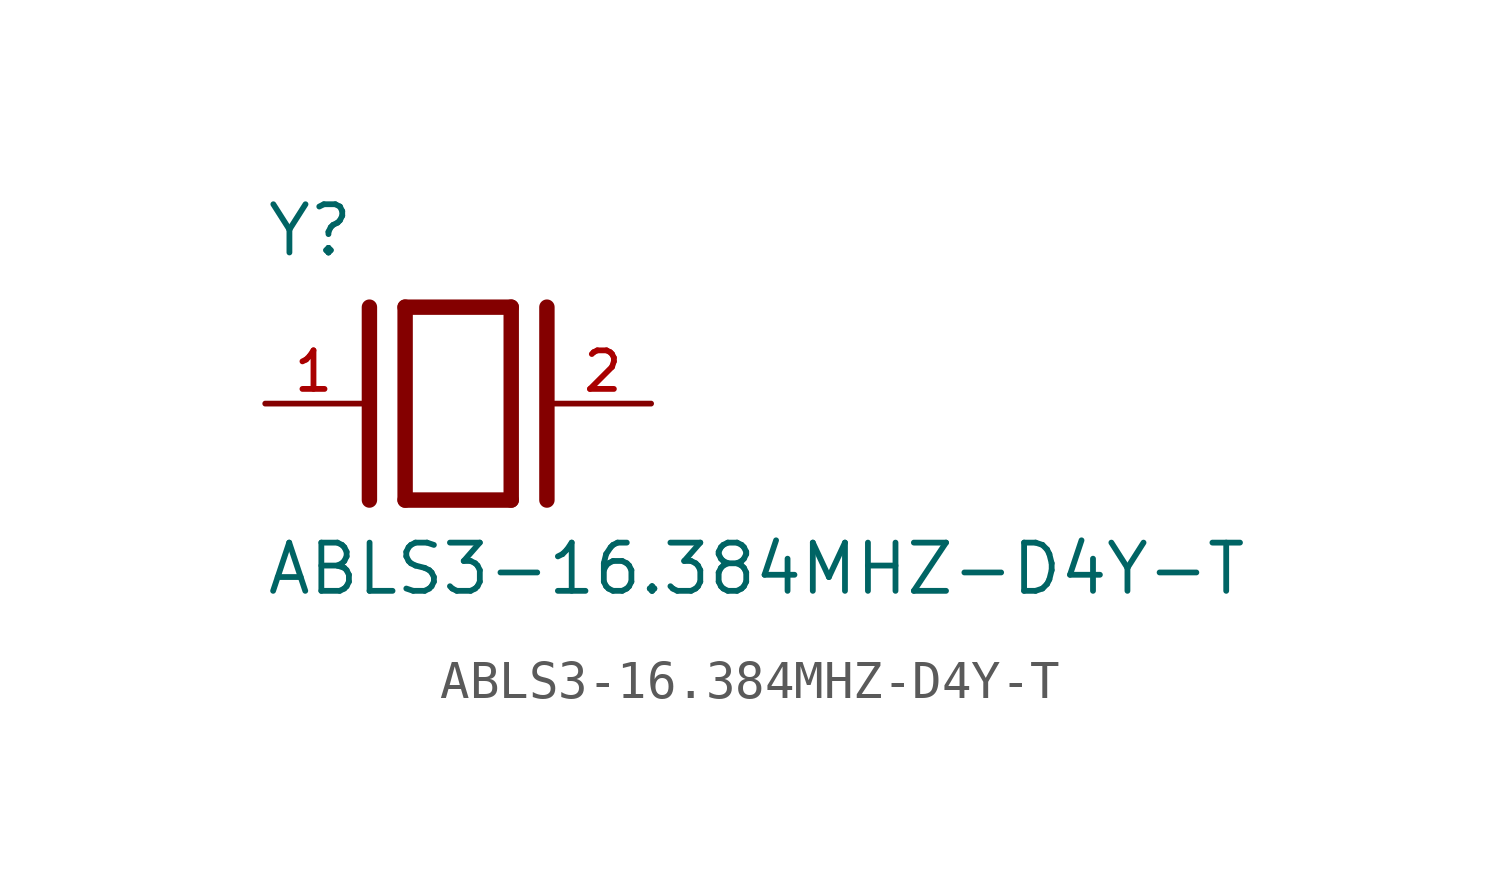
<source format=kicad_sym>
(kicad_symbol_lib
  (version 20211014)
  (generator kicad_symbol_editor)
  (symbol "ABLS3-16.384MHZ-D4Y-T"
    (pin_names
      (offset 1.016))
    (property "Reference" "Y"
      (at -5.088 3.816 0)
      (effects (font (size 1.27 1.27)) (justify bottom left)))
    (property "Value" "ABLS3-16.384MHZ-D4Y-T"
      (at -5.094 -5.094 0)
      (effects (font (size 1.27 1.27)) (justify bottom left)))
    (symbol "ABLS3-16.384MHZ-D4Y-T_0_0"
      (polyline (pts (xy -1.397 2.54) (xy 1.397 2.54)) (stroke (width 0.406)))
      (polyline (pts (xy 1.397 2.54) (xy 1.397 -2.54)) (stroke (width 0.406)))
      (polyline (pts (xy 1.397 -2.54) (xy -1.397 -2.54)) (stroke (width 0.406)))
      (polyline (pts (xy -1.397 2.54) (xy -1.397 -2.54)) (stroke (width 0.406)))
      (polyline (pts (xy 2.337 2.54) (xy 2.337 -2.54)) (stroke (width 0.406)))
      (polyline (pts (xy -2.337 2.54) (xy -2.337 -2.54)) (stroke (width 0.406)))
      (pin passive line (at 5.08 0.0 180.0) (length 2.54) (name "~" (effects (font (size 1.016 1.016)))) (number "2" (effects (font (size 1.016 1.016)))))
      (pin passive line (at -5.08 0.0 0) (length 2.54) (name "~" (effects (font (size 1.016 1.016)))) (number "1" (effects (font (size 1.016 1.016))))))))
</source>
